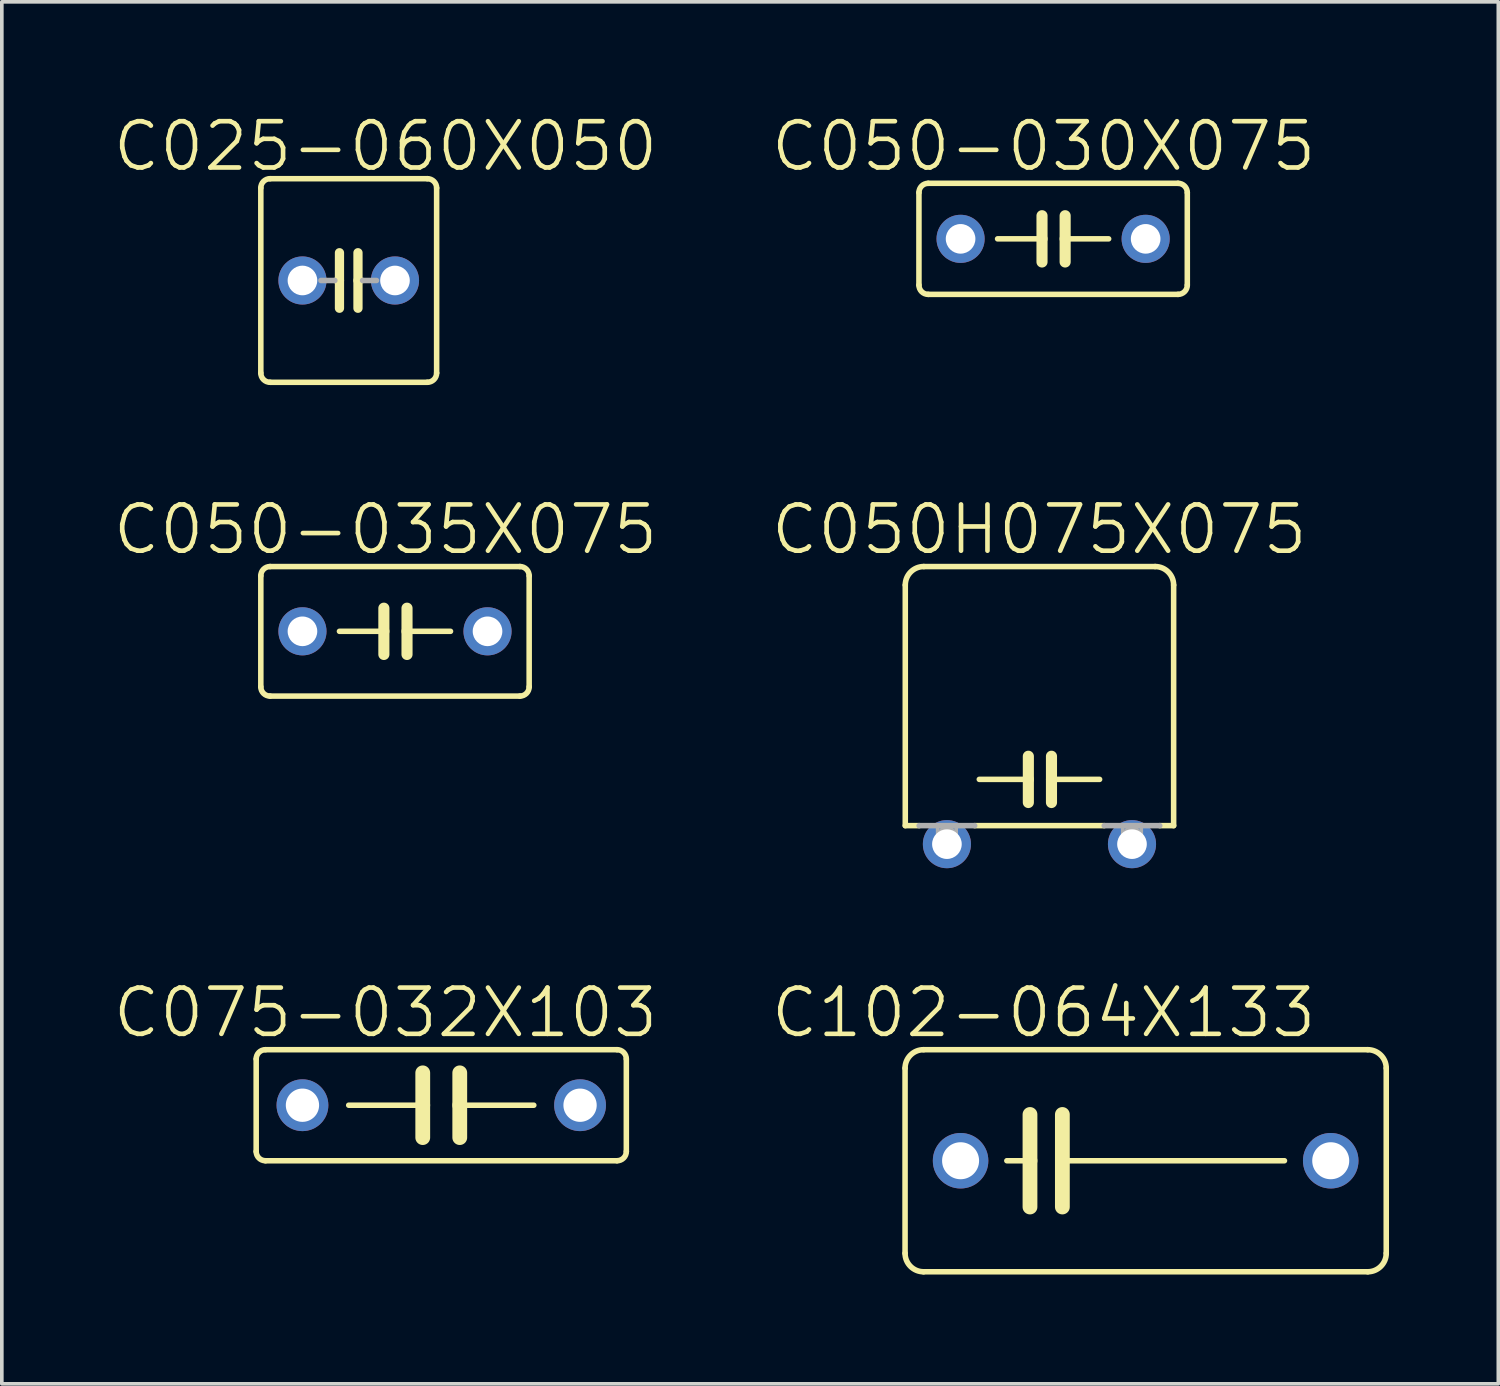
<source format=kicad_pcb>
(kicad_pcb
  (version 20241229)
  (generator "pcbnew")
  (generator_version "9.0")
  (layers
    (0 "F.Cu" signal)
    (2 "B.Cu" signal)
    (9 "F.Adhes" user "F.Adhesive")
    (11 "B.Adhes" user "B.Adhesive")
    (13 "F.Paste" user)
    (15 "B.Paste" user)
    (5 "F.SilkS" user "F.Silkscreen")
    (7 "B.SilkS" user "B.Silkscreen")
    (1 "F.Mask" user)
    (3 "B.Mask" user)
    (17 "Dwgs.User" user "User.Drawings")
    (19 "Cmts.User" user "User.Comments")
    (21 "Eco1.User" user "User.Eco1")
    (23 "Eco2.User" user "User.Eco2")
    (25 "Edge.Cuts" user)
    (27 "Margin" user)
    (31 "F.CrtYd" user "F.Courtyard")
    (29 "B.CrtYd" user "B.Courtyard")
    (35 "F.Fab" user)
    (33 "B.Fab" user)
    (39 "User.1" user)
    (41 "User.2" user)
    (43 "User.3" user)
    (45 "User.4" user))
  (footprint "C075-032X103"
    (layer "F.Cu")
    (at 9.062 27.287)
    (property "Reference" "C075-032X103" (at -1.53 -2.54 0) (layer "F.SilkS") (effects (font (size 1.27 1.27) (thickness 0.127))))
    (attr through_hole)
    (fp_line (start -5.08 -1.27) (end -5.08 1.27) (stroke (width 0.152) (type solid)) (layer "F.SilkS"))
    (fp_line (start -4.826 1.524) (end 4.826 1.524) (stroke (width 0.152) (type solid)) (layer "F.SilkS"))
    (fp_line (start -2.54 0) (end -0.508 0) (stroke (width 0.152) (type solid)) (layer "F.SilkS"))
    (fp_line (start -0.508 -0.889) (end -0.508 0) (stroke (width 0.406) (type solid)) (layer "F.SilkS"))
    (fp_line (start -0.508 0) (end -0.508 0.889) (stroke (width 0.406) (type solid)) (layer "F.SilkS"))
    (fp_line (start 0.508 -0.889) (end 0.508 0) (stroke (width 0.406) (type solid)) (layer "F.SilkS"))
    (fp_line (start 0.508 0) (end 0.508 0.889) (stroke (width 0.406) (type solid)) (layer "F.SilkS"))
    (fp_line (start 0.508 0) (end 2.54 0) (stroke (width 0.152) (type solid)) (layer "F.SilkS"))
    (fp_line (start 4.826 -1.524) (end -4.826 -1.524) (stroke (width 0.152) (type solid)) (layer "F.SilkS"))
    (fp_line (start 5.08 1.27) (end 5.08 -1.27) (stroke (width 0.152) (type solid)) (layer "F.SilkS"))
    (fp_arc (start -5.08 -1.27) (mid -5.005605 -1.449605) (end -4.826 -1.524) (stroke (width 0.1524) (type solid)) (layer "F.SilkS"))
    (fp_arc (start -4.826 1.524) (mid -5.005605 1.449605) (end -5.08 1.27) (stroke (width 0.1524) (type solid)) (layer "F.SilkS"))
    (fp_arc (start 4.826 -1.524) (mid 5.005605 -1.449605) (end 5.08 -1.27) (stroke (width 0.1524) (type solid)) (layer "F.SilkS"))
    (fp_arc (start 5.08 1.27) (mid 5.005605 1.449605) (end 4.826 1.524) (stroke (width 0.1524) (type solid)) (layer "F.SilkS"))
    (pad "1" thru_hole circle (at -3.81 0) (size 1.422 1.422) (drill 0.914) (layers "*.Cu" "*.Mask"))
    (pad "2" thru_hole circle (at 3.81 0) (size 1.422 1.422) (drill 0.914) (layers "*.Cu" "*.Mask")))
  (footprint "C025-060X050"
    (layer "F.Cu")
    (at 6.522 4.649)
    (property "Reference" "C025-060X050" (at 1.01 -3.683 0) (layer "F.SilkS") (effects (font (size 1.27 1.27) (thickness 0.127))))
    (attr through_hole)
    (fp_line (start -2.413 -2.54) (end -2.413 2.54) (stroke (width 0.152) (type solid)) (layer "F.SilkS"))
    (fp_line (start -2.159 -2.794) (end 2.159 -2.794) (stroke (width 0.152) (type solid)) (layer "F.SilkS"))
    (fp_line (start -0.254 -0.762) (end -0.254 0) (stroke (width 0.254) (type solid)) (layer "F.SilkS"))
    (fp_line (start -0.254 0) (end -0.381 0) (stroke (width 0.152) (type solid)) (layer "F.SilkS"))
    (fp_line (start -0.254 0) (end -0.254 0.762) (stroke (width 0.254) (type solid)) (layer "F.SilkS"))
    (fp_line (start 0.254 0) (end 0.254 -0.762) (stroke (width 0.254) (type solid)) (layer "F.SilkS"))
    (fp_line (start 0.254 0) (end 0.254 0.762) (stroke (width 0.254) (type solid)) (layer "F.SilkS"))
    (fp_line (start 0.381 0) (end 0.254 0) (stroke (width 0.152) (type solid)) (layer "F.SilkS"))
    (fp_line (start 2.159 2.794) (end -2.159 2.794) (stroke (width 0.152) (type solid)) (layer "F.SilkS"))
    (fp_line (start 2.413 -2.54) (end 2.413 2.54) (stroke (width 0.152) (type solid)) (layer "F.SilkS"))
    (fp_arc (start -2.413 -2.54) (mid -2.338605 -2.719605) (end -2.159 -2.794) (stroke (width 0.1524) (type solid)) (layer "F.SilkS"))
    (fp_arc (start -2.159 2.794) (mid -2.338605 2.719605) (end -2.413 2.54) (stroke (width 0.1524) (type solid)) (layer "F.SilkS"))
    (fp_arc (start 2.159 -2.794) (mid 2.338605 -2.719605) (end 2.413 -2.54) (stroke (width 0.1524) (type solid)) (layer "F.SilkS"))
    (fp_arc (start 2.413 2.54) (mid 2.338605 2.719605) (end 2.159 2.794) (stroke (width 0.1524) (type solid)) (layer "F.SilkS"))
    (fp_line (start -0.381 0) (end -0.762 0) (stroke (width 0.152) (type solid)) (layer "F.Fab"))
    (fp_line (start 0.762 0) (end 0.381 0) (stroke (width 0.152) (type solid)) (layer "F.Fab"))
    (pad "1" thru_hole circle (at -1.27 0) (size 1.321 1.321) (drill 0.813) (layers "*.Cu" "*.Mask"))
    (pad "2" thru_hole circle (at 1.27 0) (size 1.321 1.321) (drill 0.813) (layers "*.Cu" "*.Mask")))
  (footprint "C050-030X075"
    (layer "F.Cu")
    (at 25.857 3.506)
    (property "Reference" "C050-030X075" (at -0.26 -2.54 0) (layer "F.SilkS") (effects (font (size 1.27 1.27) (thickness 0.127))))
    (attr through_hole)
    (fp_line (start -3.683 -1.27) (end -3.683 1.27) (stroke (width 0.152) (type solid)) (layer "F.SilkS"))
    (fp_line (start -3.429 1.524) (end 3.429 1.524) (stroke (width 0.152) (type solid)) (layer "F.SilkS"))
    (fp_line (start -0.305 -0.635) (end -0.305 0) (stroke (width 0.305) (type solid)) (layer "F.SilkS"))
    (fp_line (start -0.305 0) (end -1.524 0) (stroke (width 0.152) (type solid)) (layer "F.SilkS"))
    (fp_line (start -0.305 0) (end -0.305 0.635) (stroke (width 0.305) (type solid)) (layer "F.SilkS"))
    (fp_line (start 0.33 -0.635) (end 0.33 0) (stroke (width 0.305) (type solid)) (layer "F.SilkS"))
    (fp_line (start 0.33 0) (end 0.33 0.635) (stroke (width 0.305) (type solid)) (layer "F.SilkS"))
    (fp_line (start 0.33 0) (end 1.524 0) (stroke (width 0.152) (type solid)) (layer "F.SilkS"))
    (fp_line (start 3.429 -1.524) (end -3.429 -1.524) (stroke (width 0.152) (type solid)) (layer "F.SilkS"))
    (fp_line (start 3.683 1.27) (end 3.683 -1.27) (stroke (width 0.152) (type solid)) (layer "F.SilkS"))
    (fp_arc (start -3.683 -1.27) (mid -3.608605 -1.449605) (end -3.429 -1.524) (stroke (width 0.1524) (type solid)) (layer "F.SilkS"))
    (fp_arc (start -3.429 1.524) (mid -3.608605 1.449605) (end -3.683 1.27) (stroke (width 0.1524) (type solid)) (layer "F.SilkS"))
    (fp_arc (start 3.429 -1.524) (mid 3.608605 -1.449605) (end 3.683 -1.27) (stroke (width 0.1524) (type solid)) (layer "F.SilkS"))
    (fp_arc (start 3.683 1.27) (mid 3.608605 1.449605) (end 3.429 1.524) (stroke (width 0.1524) (type solid)) (layer "F.SilkS"))
    (pad "1" thru_hole circle (at -2.54 0) (size 1.321 1.321) (drill 0.813) (layers "*.Cu" "*.Mask"))
    (pad "2" thru_hole circle (at 2.54 0) (size 1.321 1.321) (drill 0.813) (layers "*.Cu" "*.Mask")))
  (footprint "C102-064X133"
    (layer "F.Cu")
    (at 28.397 28.811)
    (property "Reference" "C102-064X133" (at -2.8 -4.064 0) (layer "F.SilkS") (effects (font (size 1.27 1.27) (thickness 0.127))))
    (attr through_hole)
    (fp_line (start -6.604 2.54) (end -6.604 -2.54) (stroke (width 0.152) (type solid)) (layer "F.SilkS"))
    (fp_line (start -6.096 -3.048) (end 6.096 -3.048) (stroke (width 0.152) (type solid)) (layer "F.SilkS"))
    (fp_line (start -3.81 0) (end -3.175 0) (stroke (width 0.152) (type solid)) (layer "F.SilkS"))
    (fp_line (start -3.175 -1.27) (end -3.175 0) (stroke (width 0.406) (type solid)) (layer "F.SilkS"))
    (fp_line (start -3.175 0) (end -3.175 1.27) (stroke (width 0.406) (type solid)) (layer "F.SilkS"))
    (fp_line (start -2.286 -1.27) (end -2.286 0) (stroke (width 0.406) (type solid)) (layer "F.SilkS"))
    (fp_line (start -2.286 0) (end -2.286 1.27) (stroke (width 0.406) (type solid)) (layer "F.SilkS"))
    (fp_line (start 3.81 0) (end -2.286 0) (stroke (width 0.152) (type solid)) (layer "F.SilkS"))
    (fp_line (start 6.096 3.048) (end -6.096 3.048) (stroke (width 0.152) (type solid)) (layer "F.SilkS"))
    (fp_line (start 6.604 -2.54) (end 6.604 2.54) (stroke (width 0.152) (type solid)) (layer "F.SilkS"))
    (fp_arc (start -6.604 -2.54) (mid -6.45521 -2.89921) (end -6.096 -3.048) (stroke (width 0.1524) (type solid)) (layer "F.SilkS"))
    (fp_arc (start -6.096 3.048) (mid -6.45521 2.89921) (end -6.604 2.54) (stroke (width 0.1524) (type solid)) (layer "F.SilkS"))
    (fp_arc (start 6.096 -3.048) (mid 6.45521 -2.89921) (end 6.604 -2.54) (stroke (width 0.1524) (type solid)) (layer "F.SilkS"))
    (fp_arc (start 6.604 2.54) (mid 6.45521 2.89921) (end 6.096 3.048) (stroke (width 0.1524) (type solid)) (layer "F.SilkS"))
    (pad "1" thru_hole circle (at -5.08 0) (size 1.524 1.524) (drill 1.016) (layers "*.Cu" "*.Mask"))
    (pad "2" thru_hole circle (at 5.08 0) (size 1.524 1.524) (drill 1.016) (layers "*.Cu" "*.Mask")))
  (footprint "C050-035X075"
    (layer "F.Cu")
    (at 7.792 14.279)
    (property "Reference" "C050-035X075" (at -0.26 -2.794 0) (layer "F.SilkS") (effects (font (size 1.27 1.27) (thickness 0.127))))
    (attr through_hole)
    (fp_line (start -3.683 -1.524) (end -3.683 1.524) (stroke (width 0.152) (type solid)) (layer "F.SilkS"))
    (fp_line (start -3.429 1.778) (end 3.429 1.778) (stroke (width 0.152) (type solid)) (layer "F.SilkS"))
    (fp_line (start -0.305 -0.635) (end -0.305 0) (stroke (width 0.305) (type solid)) (layer "F.SilkS"))
    (fp_line (start -0.305 0) (end -1.524 0) (stroke (width 0.152) (type solid)) (layer "F.SilkS"))
    (fp_line (start -0.305 0) (end -0.305 0.635) (stroke (width 0.305) (type solid)) (layer "F.SilkS"))
    (fp_line (start 0.33 -0.635) (end 0.33 0) (stroke (width 0.305) (type solid)) (layer "F.SilkS"))
    (fp_line (start 0.33 0) (end 0.33 0.635) (stroke (width 0.305) (type solid)) (layer "F.SilkS"))
    (fp_line (start 0.33 0) (end 1.524 0) (stroke (width 0.152) (type solid)) (layer "F.SilkS"))
    (fp_line (start 3.429 -1.778) (end -3.429 -1.778) (stroke (width 0.152) (type solid)) (layer "F.SilkS"))
    (fp_line (start 3.683 1.524) (end 3.683 -1.524) (stroke (width 0.152) (type solid)) (layer "F.SilkS"))
    (fp_arc (start -3.683 -1.524) (mid -3.608605 -1.703605) (end -3.429 -1.778) (stroke (width 0.1524) (type solid)) (layer "F.SilkS"))
    (fp_arc (start -3.429 1.778) (mid -3.608605 1.703605) (end -3.683 1.524) (stroke (width 0.1524) (type solid)) (layer "F.SilkS"))
    (fp_arc (start 3.429 -1.778) (mid 3.608605 -1.703605) (end 3.683 -1.524) (stroke (width 0.1524) (type solid)) (layer "F.SilkS"))
    (fp_arc (start 3.683 1.524) (mid 3.608605 1.703605) (end 3.429 1.778) (stroke (width 0.1524) (type solid)) (layer "F.SilkS"))
    (pad "1" thru_hole circle (at -2.54 0) (size 1.321 1.321) (drill 0.813) (layers "*.Cu" "*.Mask"))
    (pad "2" thru_hole circle (at 2.54 0) (size 1.321 1.321) (drill 0.813) (layers "*.Cu" "*.Mask")))
  (footprint "C050H075X075"
    (layer "F.Cu")
    (at 25.482 20.121)
    (property "Reference" "C050H075X075" (at -0.006 -8.636 0) (layer "F.SilkS") (effects (font (size 1.27 1.27) (thickness 0.127))))
    (attr through_hole)
    (fp_line (start -3.683 -7.112) (end -3.683 -0.508) (stroke (width 0.152) (type solid)) (layer "F.SilkS"))
    (fp_line (start -3.683 -0.508) (end -3.302 -0.508) (stroke (width 0.152) (type solid)) (layer "F.SilkS"))
    (fp_line (start -1.778 -0.508) (end 1.778 -0.508) (stroke (width 0.152) (type solid)) (layer "F.SilkS"))
    (fp_line (start -0.305 -2.413) (end -0.305 -1.778) (stroke (width 0.305) (type solid)) (layer "F.SilkS"))
    (fp_line (start -0.305 -1.778) (end -1.651 -1.778) (stroke (width 0.152) (type solid)) (layer "F.SilkS"))
    (fp_line (start -0.305 -1.778) (end -0.305 -1.143) (stroke (width 0.305) (type solid)) (layer "F.SilkS"))
    (fp_line (start 0.33 -2.413) (end 0.33 -1.778) (stroke (width 0.305) (type solid)) (layer "F.SilkS"))
    (fp_line (start 0.33 -1.778) (end 0.33 -1.143) (stroke (width 0.305) (type solid)) (layer "F.SilkS"))
    (fp_line (start 0.33 -1.778) (end 1.651 -1.778) (stroke (width 0.152) (type solid)) (layer "F.SilkS"))
    (fp_line (start 3.175 -7.62) (end -3.175 -7.62) (stroke (width 0.152) (type solid)) (layer "F.SilkS"))
    (fp_line (start 3.302 -0.508) (end 3.683 -0.508) (stroke (width 0.152) (type solid)) (layer "F.SilkS"))
    (fp_line (start 3.683 -0.508) (end 3.683 -7.112) (stroke (width 0.152) (type solid)) (layer "F.SilkS"))
    (fp_arc (start -3.683 -7.112) (mid -3.53421 -7.47121) (end -3.175 -7.62) (stroke (width 0.1524) (type solid)) (layer "F.SilkS"))
    (fp_arc (start 3.175 -7.62) (mid 3.53421 -7.47121) (end 3.683 -7.112) (stroke (width 0.1524) (type solid)) (layer "F.SilkS"))
    (fp_line (start -3.302 -0.508) (end -1.778 -0.508) (stroke (width 0.152) (type solid)) (layer "F.Fab"))
    (fp_line (start -2.54 0) (end -2.54 -0.254) (stroke (width 0.508) (type solid)) (layer "F.Fab"))
    (fp_line (start 1.778 -0.508) (end 3.302 -0.508) (stroke (width 0.152) (type solid)) (layer "F.Fab"))
    (fp_line (start 2.54 0) (end 2.54 -0.254) (stroke (width 0.508) (type solid)) (layer "F.Fab"))
    (fp_poly (pts (xy -2.794 -0.508) (xy -2.286 -0.508) (xy -2.286 -0.127) (xy -2.794 -0.127)) (stroke (width 0.1) (type solid)) (fill no) (layer "F.Fab"))
    (fp_poly (pts (xy 2.286 -0.508) (xy 2.794 -0.508) (xy 2.794 -0.127) (xy 2.286 -0.127)) (stroke (width 0.1) (type solid)) (fill no) (layer "F.Fab"))
    (pad "1" thru_hole circle (at -2.54 0) (size 1.321 1.321) (drill 0.813) (layers "*.Cu" "*.Mask"))
    (pad "2" thru_hole circle (at 2.54 0) (size 1.321 1.321) (drill 0.813) (layers "*.Cu" "*.Mask")))
  (gr_rect
    (start -3 -3)
    (end 38.077 34.935)
    (stroke (width 0.1) (type default))
    (fill no)
    (layer "Edge.Cuts")))
</source>
